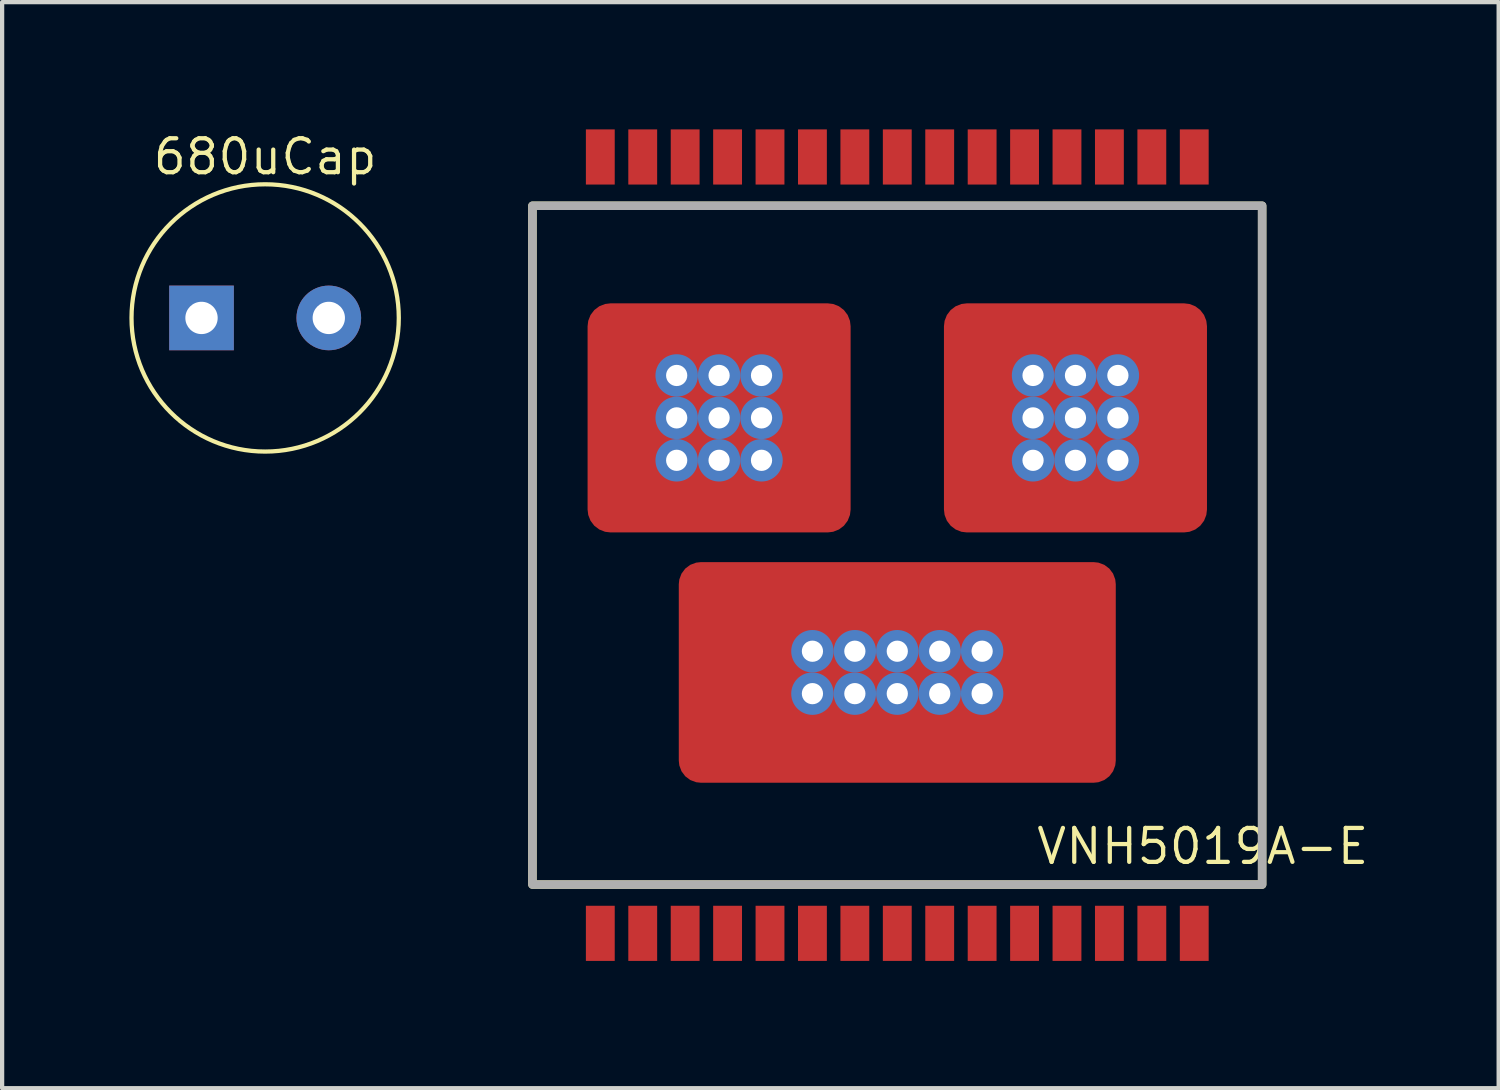
<source format=kicad_pcb>
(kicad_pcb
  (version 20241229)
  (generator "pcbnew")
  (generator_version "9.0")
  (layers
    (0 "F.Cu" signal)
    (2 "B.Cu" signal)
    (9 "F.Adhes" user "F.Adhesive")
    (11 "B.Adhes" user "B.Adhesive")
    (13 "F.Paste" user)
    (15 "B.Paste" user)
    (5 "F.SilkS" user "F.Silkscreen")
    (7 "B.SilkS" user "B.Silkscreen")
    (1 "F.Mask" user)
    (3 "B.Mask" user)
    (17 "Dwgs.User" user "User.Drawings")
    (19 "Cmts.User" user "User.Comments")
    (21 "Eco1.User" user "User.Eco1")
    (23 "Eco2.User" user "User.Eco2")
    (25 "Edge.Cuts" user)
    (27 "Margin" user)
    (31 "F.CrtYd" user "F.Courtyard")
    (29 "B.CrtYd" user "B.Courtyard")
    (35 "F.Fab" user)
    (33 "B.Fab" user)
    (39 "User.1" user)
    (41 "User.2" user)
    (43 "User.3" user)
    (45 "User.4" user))
  (footprint "VNH5019A-E"
    (layer "F.Cu")
    (at 18.1 9.8)
    (property "Reference" "VNH5019A-E" (at 7.2 7.1 0) (layer "F.SilkS") (effects (font (size 0.8 0.8) (thickness 0.1))))
    (attr smd)
    (fp_rect (start -8.6 -8) (end 8.6 8) (stroke (width 0.2) (type solid)) (fill no) (layer "F.SilkS"))
    (fp_rect (start -8.6 -8) (end 8.6 8) (stroke (width 0.2) (type solid)) (fill no) (layer "F.Fab"))
    (pad "1" smd rect (at -7 9.15) (size 0.68 1.3) (layers "F.Cu" "F.Mask" "F.Paste"))
    (pad "2" smd rect (at -6 9.15) (size 0.68 1.3) (layers "F.Cu" "F.Mask" "F.Paste"))
    (pad "3" smd rect (at -5 9.15) (size 0.68 1.3) (layers "F.Cu" "F.Mask" "F.Paste"))
    (pad "4" smd rect (at -4 9.15) (size 0.68 1.3) (layers "F.Cu" "F.Mask" "F.Paste"))
    (pad "5" smd rect (at -3 9.15) (size 0.68 1.3) (layers "F.Cu" "F.Mask" "F.Paste"))
    (pad "6" smd rect (at -2 9.15) (size 0.68 1.3) (layers "F.Cu" "F.Mask" "F.Paste"))
    (pad "7" smd rect (at -1 9.15) (size 0.68 1.3) (layers "F.Cu" "F.Mask" "F.Paste"))
    (pad "8" smd rect (at 0 9.15) (size 0.68 1.3) (layers "F.Cu" "F.Mask" "F.Paste"))
    (pad "9" smd rect (at 1 9.15) (size 0.68 1.3) (layers "F.Cu" "F.Mask" "F.Paste"))
    (pad "10" smd rect (at 2 9.15) (size 0.68 1.3) (layers "F.Cu" "F.Mask" "F.Paste"))
    (pad "11" smd rect (at 3 9.15) (size 0.68 1.3) (layers "F.Cu" "F.Mask" "F.Paste"))
    (pad "12" smd rect (at 4 9.15) (size 0.68 1.3) (layers "F.Cu" "F.Mask" "F.Paste"))
    (pad "13" smd rect (at 5 9.15) (size 0.68 1.3) (layers "F.Cu" "F.Mask" "F.Paste"))
    (pad "14" smd rect (at 6 9.15) (size 0.68 1.3) (layers "F.Cu" "F.Mask" "F.Paste"))
    (pad "15" smd rect (at 7 9.15) (size 0.68 1.3) (layers "F.Cu" "F.Mask" "F.Paste"))
    (pad "16" smd rect (at 7 -9.15) (size 0.68 1.3) (layers "F.Cu" "F.Mask" "F.Paste"))
    (pad "17" smd rect (at 6 -9.15) (size 0.68 1.3) (layers "F.Cu" "F.Mask" "F.Paste"))
    (pad "18" smd rect (at 5 -9.15) (size 0.68 1.3) (layers "F.Cu" "F.Mask" "F.Paste"))
    (pad "19" smd rect (at 4 -9.15) (size 0.68 1.3) (layers "F.Cu" "F.Mask" "F.Paste"))
    (pad "20" smd rect (at 3 -9.15) (size 0.68 1.3) (layers "F.Cu" "F.Mask" "F.Paste"))
    (pad "21" smd rect (at 2 -9.15) (size 0.68 1.3) (layers "F.Cu" "F.Mask" "F.Paste"))
    (pad "22" smd rect (at 1 -9.15) (size 0.68 1.3) (layers "F.Cu" "F.Mask" "F.Paste"))
    (pad "23" smd rect (at 0 -9.15) (size 0.68 1.3) (layers "F.Cu" "F.Mask" "F.Paste"))
    (pad "24" smd rect (at -1 -9.15) (size 0.68 1.3) (layers "F.Cu" "F.Mask" "F.Paste"))
    (pad "25" smd rect (at -2 -9.15) (size 0.68 1.3) (layers "F.Cu" "F.Mask" "F.Paste"))
    (pad "26" smd rect (at -3 -9.15) (size 0.68 1.3) (layers "F.Cu" "F.Mask" "F.Paste"))
    (pad "27" smd rect (at -4 -9.15) (size 0.68 1.3) (layers "F.Cu" "F.Mask" "F.Paste"))
    (pad "28" smd rect (at -5 -9.15) (size 0.68 1.3) (layers "F.Cu" "F.Mask" "F.Paste"))
    (pad "29" smd rect (at -6 -9.15) (size 0.68 1.3) (layers "F.Cu" "F.Mask" "F.Paste"))
    (pad "30" smd rect (at -7 -9.15) (size 0.68 1.3) (layers "F.Cu" "F.Mask" "F.Paste"))
    (pad "31" thru_hole circle (at -5.2 -4 90) (size 1 1) (drill 0.5) (layers "*.Cu" "*.Mask"))
    (pad "31" thru_hole circle (at -5.2 -3 90) (size 1 1) (drill 0.5) (layers "*.Cu" "*.Mask"))
    (pad "31" thru_hole circle (at -5.2 -2 90) (size 1 1) (drill 0.5) (layers "*.Cu" "*.Mask"))
    (pad "31" thru_hole circle (at -4.2 -4 90) (size 1 1) (drill 0.5) (layers "*.Cu" "*.Mask"))
    (pad "31" thru_hole circle (at -4.2 -3 90) (size 1 1) (drill 0.5) (layers "*.Cu" "*.Mask"))
    (pad "31" smd roundrect (at -4.2 -3 90) (size 5.4 6.2) (layers "F.Cu" "F.Mask" "F.Paste") (roundrect_rratio 0.1))
    (pad "31" thru_hole circle (at -4.2 -2 90) (size 1 1) (drill 0.5) (layers "*.Cu" "*.Mask"))
    (pad "31" thru_hole circle (at -3.2 -4 90) (size 1 1) (drill 0.5) (layers "*.Cu" "*.Mask"))
    (pad "31" thru_hole circle (at -3.2 -3 90) (size 1 1) (drill 0.5) (layers "*.Cu" "*.Mask"))
    (pad "31" thru_hole circle (at -3.2 -2 90) (size 1 1) (drill 0.5) (layers "*.Cu" "*.Mask"))
    (pad "32" thru_hole circle (at 3.2 -4 90) (size 1 1) (drill 0.5) (layers "*.Cu" "*.Mask"))
    (pad "32" thru_hole circle (at 3.2 -3 90) (size 1 1) (drill 0.5) (layers "*.Cu" "*.Mask"))
    (pad "32" thru_hole circle (at 3.2 -2 90) (size 1 1) (drill 0.5) (layers "*.Cu" "*.Mask"))
    (pad "32" thru_hole circle (at 4.2 -4 90) (size 1 1) (drill 0.5) (layers "*.Cu" "*.Mask"))
    (pad "32" thru_hole circle (at 4.2 -3 90) (size 1 1) (drill 0.5) (layers "*.Cu" "*.Mask"))
    (pad "32" smd roundrect (at 4.2 -3 90) (size 5.4 6.2) (layers "F.Cu" "F.Mask" "F.Paste") (roundrect_rratio 0.1))
    (pad "32" thru_hole circle (at 4.2 -2 90) (size 1 1) (drill 0.5) (layers "*.Cu" "*.Mask"))
    (pad "32" thru_hole circle (at 5.2 -4 90) (size 1 1) (drill 0.5) (layers "*.Cu" "*.Mask"))
    (pad "32" thru_hole circle (at 5.2 -3 90) (size 1 1) (drill 0.5) (layers "*.Cu" "*.Mask"))
    (pad "32" thru_hole circle (at 5.2 -2 90) (size 1 1) (drill 0.5) (layers "*.Cu" "*.Mask"))
    (pad "33" thru_hole circle (at -2 2.5 90) (size 1 1) (drill 0.5) (layers "*.Cu" "*.Mask"))
    (pad "33" thru_hole circle (at -2 3.5 90) (size 1 1) (drill 0.5) (layers "*.Cu" "*.Mask"))
    (pad "33" thru_hole circle (at -1 2.5 90) (size 1 1) (drill 0.5) (layers "*.Cu" "*.Mask"))
    (pad "33" thru_hole circle (at -1 3.5 90) (size 1 1) (drill 0.5) (layers "*.Cu" "*.Mask"))
    (pad "33" thru_hole circle (at 0 2.5 90) (size 1 1) (drill 0.5) (layers "*.Cu" "*.Mask"))
    (pad "33" smd roundrect (at 0 3 90) (size 5.2 10.3) (layers "F.Cu" "F.Mask" "F.Paste") (roundrect_rratio 0.1))
    (pad "33" thru_hole circle (at 0 3.5 90) (size 1 1) (drill 0.5) (layers "*.Cu" "*.Mask"))
    (pad "33" thru_hole circle (at 1 2.5 90) (size 1 1) (drill 0.5) (layers "*.Cu" "*.Mask"))
    (pad "33" thru_hole circle (at 1 3.5 90) (size 1 1) (drill 0.5) (layers "*.Cu" "*.Mask"))
    (pad "33" thru_hole circle (at 2 2.5 90) (size 1 1) (drill 0.5) (layers "*.Cu" "*.Mask"))
    (pad "33" thru_hole circle (at 2 3.5 90) (size 1 1) (drill 0.5) (layers "*.Cu" "*.Mask")))
  (footprint "680uCap"
    (layer "F.Cu")
    (at 3.2 4.444)
    (property "Reference" "680uCap" (at 0 -3.8 0) (unlocked yes) (layer "F.SilkS") (effects (font (size 0.8 0.8) (thickness 0.1))))
    (attr through_hole)
    (fp_circle (center 0 0) (end 3.15 0) (stroke (width 0.1) (type default)) (fill no) (layer "F.SilkS"))
    (pad "1" thru_hole rect (at -1.5 0) (size 1.524 1.524) (drill 0.762) (layers "*.Cu" "*.Mask"))
    (pad "2" thru_hole circle (at 1.5 0) (size 1.524 1.524) (drill 0.762) (layers "*.Cu" "*.Mask")))
  (gr_rect
    (start -3 -3)
    (end 32.275 22.6)
    (stroke (width 0.1) (type default))
    (fill no)
    (layer "Edge.Cuts")))
</source>
